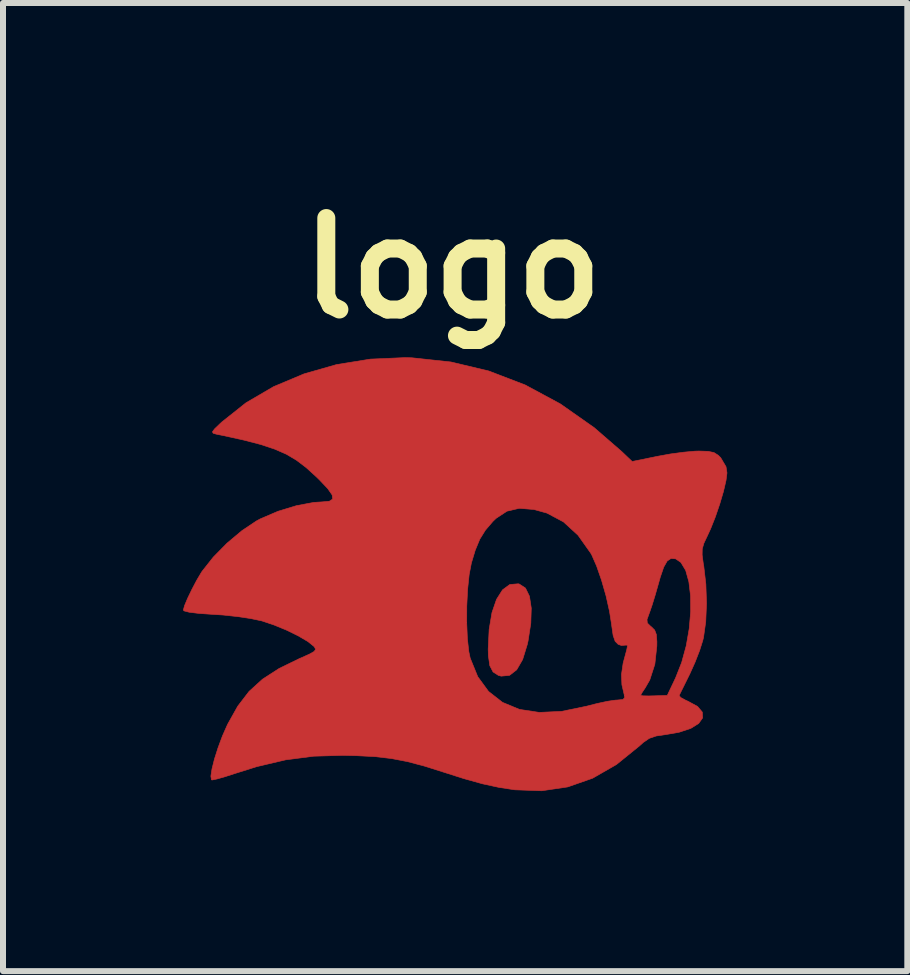
<source format=kicad_pcb>
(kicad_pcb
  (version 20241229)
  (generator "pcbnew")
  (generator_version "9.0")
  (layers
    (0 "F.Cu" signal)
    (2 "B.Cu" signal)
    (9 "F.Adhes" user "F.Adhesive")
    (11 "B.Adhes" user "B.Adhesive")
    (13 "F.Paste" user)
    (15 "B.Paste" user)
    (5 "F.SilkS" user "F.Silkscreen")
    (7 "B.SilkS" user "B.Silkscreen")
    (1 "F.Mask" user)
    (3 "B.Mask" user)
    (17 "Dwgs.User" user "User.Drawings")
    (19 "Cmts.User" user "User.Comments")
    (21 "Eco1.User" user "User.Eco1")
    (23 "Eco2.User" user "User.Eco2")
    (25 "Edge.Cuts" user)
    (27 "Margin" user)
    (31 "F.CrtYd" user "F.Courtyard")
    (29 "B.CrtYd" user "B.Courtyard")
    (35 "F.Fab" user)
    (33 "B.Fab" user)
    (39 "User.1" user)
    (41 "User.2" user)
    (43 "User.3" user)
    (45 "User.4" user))
  (footprint "logo"
    (layer "F.Cu")
    (at 4.492 6.498)
    (property "Reference" "logo" (at 0 -5.08 0) (layer "F.SilkS") (effects (font (size 1.524 1.524) (thickness 0.3))))
    (attr through_hole)
    (fp_poly (pts (xy 1.111 0.184) (xy 1.214 0.251) (xy 1.281 0.388) (xy 1.311 0.586) (xy 1.303 0.838) (xy 1.257 1.135) (xy 1.243 1.196) (xy 1.167 1.442) (xy 1.068 1.613) (xy 0.948 1.706) (xy 0.81 1.719) (xy 0.762 1.706) (xy 0.674 1.649) (xy 0.62 1.545) (xy 0.596 1.379) (xy 0.593 1.268) (xy 0.609 0.939) (xy 0.656 0.66) (xy 0.732 0.439) (xy 0.832 0.281) (xy 0.953 0.192) (xy 1.094 0.18) (xy 1.111 0.184)) (stroke (width 0.01) (type solid)) (fill yes) (layer "F.Cu"))
    (fp_poly (pts (xy -0.677 -3.586) (xy -0.027 -3.516) (xy 0.603 -3.366) (xy 1.21 -3.133) (xy 1.795 -2.818) (xy 2.359 -2.422) (xy 2.819 -2.023) (xy 2.992 -1.858) (xy 3.418 -1.945) (xy 3.633 -1.984) (xy 3.851 -2.013) (xy 4.037 -2.03) (xy 4.104 -2.032) (xy 4.257 -2.027) (xy 4.355 -2.007) (xy 4.427 -1.961) (xy 4.468 -1.92) (xy 4.556 -1.771) (xy 4.572 -1.668) (xy 4.556 -1.542) (xy 4.514 -1.361) (xy 4.452 -1.151) (xy 4.378 -0.934) (xy 4.299 -0.735) (xy 4.243 -0.614) (xy 4.187 -0.495) (xy 4.16 -0.402) (xy 4.158 -0.301) (xy 4.177 -0.159) (xy 4.185 -0.116) (xy 4.22 0.186) (xy 4.231 0.505) (xy 4.218 0.812) (xy 4.181 1.075) (xy 4.169 1.124) (xy 4.117 1.289) (xy 4.04 1.487) (xy 3.954 1.679) (xy 3.947 1.693) (xy 3.873 1.843) (xy 3.814 1.962) (xy 3.779 2.033) (xy 3.775 2.042) (xy 3.801 2.075) (xy 3.884 2.12) (xy 3.924 2.138) (xy 4.082 2.224) (xy 4.161 2.318) (xy 4.166 2.415) (xy 4.1 2.508) (xy 3.968 2.59) (xy 3.774 2.654) (xy 3.557 2.692) (xy 3.393 2.716) (xy 3.278 2.755) (xy 3.177 2.824) (xy 3.113 2.882) (xy 2.73 3.192) (xy 2.333 3.42) (xy 1.918 3.565) (xy 1.485 3.629) (xy 1.037 3.613) (xy 0.774 3.573) (xy 0.498 3.513) (xy 0.186 3.426) (xy -0.137 3.323) (xy -0.469 3.218) (xy -0.753 3.143) (xy -1.018 3.092) (xy -1.293 3.06) (xy -1.606 3.044) (xy -1.83 3.039) (xy -2.315 3.053) (xy -2.784 3.114) (xy -3.264 3.227) (xy -3.639 3.345) (xy -3.8 3.397) (xy -3.928 3.433) (xy -4.005 3.449) (xy -4.018 3.447) (xy -4.028 3.385) (xy -4.009 3.263) (xy -3.968 3.099) (xy -3.908 2.911) (xy -3.836 2.717) (xy -3.755 2.534) (xy -3.748 2.519) (xy -3.58 2.219) (xy -3.392 1.974) (xy -3.168 1.77) (xy -2.891 1.591) (xy -2.546 1.423) (xy -2.531 1.417) (xy -2.386 1.352) (xy -2.308 1.308) (xy -2.283 1.273) (xy -2.3 1.237) (xy -2.311 1.223) (xy -2.412 1.142) (xy -2.572 1.048) (xy -2.768 0.952) (xy -2.977 0.866) (xy -3.084 0.83) (xy 0.235 0.83) (xy 0.246 1.092) (xy 0.27 1.31) (xy 0.293 1.418) (xy 0.419 1.728) (xy 0.599 1.974) (xy 0.832 2.156) (xy 1.114 2.273) (xy 1.443 2.323) (xy 1.816 2.306) (xy 2.222 2.222) (xy 2.408 2.175) (xy 2.58 2.138) (xy 2.709 2.119) (xy 2.744 2.117) (xy 2.838 2.108) (xy 2.868 2.076) (xy 2.862 2.043) (xy 2.862 2.039) (xy 3.133 2.039) (xy 3.171 2.047) (xy 3.269 2.049) (xy 3.355 2.047) (xy 3.577 2.04) (xy 3.716 1.747) (xy 3.817 1.491) (xy 3.893 1.213) (xy 3.943 0.926) (xy 3.967 0.645) (xy 3.965 0.381) (xy 3.937 0.147) (xy 3.884 -0.043) (xy 3.804 -0.176) (xy 3.716 -0.236) (xy 3.639 -0.242) (xy 3.576 -0.2) (xy 3.518 -0.098) (xy 3.46 0.071) (xy 3.429 0.182) (xy 3.377 0.364) (xy 3.325 0.533) (xy 3.282 0.658) (xy 3.275 0.676) (xy 3.239 0.776) (xy 3.245 0.834) (xy 3.298 0.886) (xy 3.311 0.896) (xy 3.367 0.951) (xy 3.395 1.025) (xy 3.404 1.146) (xy 3.403 1.217) (xy 3.37 1.521) (xy 3.285 1.783) (xy 3.211 1.912) (xy 3.157 1.993) (xy 3.133 2.038) (xy 3.133 2.039) (xy 2.862 2.039) (xy 2.821 1.863) (xy 2.814 1.692) (xy 2.842 1.501) (xy 2.903 1.274) (xy 2.916 1.203) (xy 2.886 1.202) (xy 2.886 1.202) (xy 2.813 1.208) (xy 2.759 1.189) (xy 2.709 1.139) (xy 2.675 1.041) (xy 2.651 0.876) (xy 2.651 0.871) (xy 2.615 0.641) (xy 2.557 0.382) (xy 2.482 0.121) (xy 2.4 -0.115) (xy 2.319 -0.3) (xy 2.302 -0.33) (xy 2.09 -0.629) (xy 1.848 -0.851) (xy 1.572 -0.998) (xy 1.356 -1.058) (xy 1.111 -1.078) (xy 0.906 -1.03) (xy 0.725 -0.911) (xy 0.67 -0.858) (xy 0.546 -0.713) (xy 0.453 -0.563) (xy 0.377 -0.379) (xy 0.313 -0.167) (xy 0.276 0.026) (xy 0.25 0.273) (xy 0.236 0.549) (xy 0.235 0.83) (xy -3.084 0.83) (xy -3.177 0.799) (xy -3.194 0.795) (xy -3.365 0.759) (xy -3.588 0.726) (xy -3.83 0.7) (xy -3.99 0.69) (xy -4.225 0.674) (xy -4.389 0.654) (xy -4.474 0.632) (xy -4.487 0.618) (xy -4.467 0.544) (xy -4.415 0.42) (xy -4.343 0.271) (xy -4.263 0.119) (xy -4.185 -0.012) (xy -4.173 -0.03) (xy -3.988 -0.264) (xy -3.759 -0.497) (xy -3.511 -0.705) (xy -3.269 -0.867) (xy -3.206 -0.901) (xy -2.91 -1.028) (xy -2.602 -1.122) (xy -2.314 -1.176) (xy -2.17 -1.185) (xy -2.053 -1.196) (xy -1.999 -1.232) (xy -2.007 -1.3) (xy -2.08 -1.405) (xy -2.219 -1.552) (xy -2.279 -1.61) (xy -2.441 -1.757) (xy -2.6 -1.878) (xy -2.768 -1.978) (xy -2.962 -2.063) (xy -3.193 -2.14) (xy -3.477 -2.214) (xy -3.827 -2.291) (xy -3.936 -2.313) (xy -3.989 -2.328) (xy -4.002 -2.352) (xy -3.967 -2.4) (xy -3.878 -2.486) (xy -3.844 -2.517) (xy -3.443 -2.836) (xy -2.983 -3.105) (xy -2.476 -3.318) (xy -1.934 -3.473) (xy -1.37 -3.564) (xy -0.795 -3.589) (xy -0.677 -3.586)) (stroke (width 0.01) (type solid)) (fill yes) (layer "F.Cu"))
    (fp_poly (pts (xy 1.111 0.184) (xy 1.214 0.251) (xy 1.281 0.388) (xy 1.311 0.586) (xy 1.303 0.838) (xy 1.257 1.135) (xy 1.243 1.196) (xy 1.167 1.442) (xy 1.068 1.613) (xy 0.948 1.706) (xy 0.81 1.719) (xy 0.762 1.706) (xy 0.674 1.649) (xy 0.62 1.545) (xy 0.596 1.379) (xy 0.593 1.268) (xy 0.609 0.939) (xy 0.656 0.66) (xy 0.732 0.439) (xy 0.832 0.281) (xy 0.953 0.192) (xy 1.094 0.18) (xy 1.111 0.184)) (stroke (width 0.01) (type solid)) (fill yes) (layer "F.Mask"))
    (fp_poly (pts (xy -0.677 -3.586) (xy -0.027 -3.516) (xy 0.603 -3.366) (xy 1.21 -3.133) (xy 1.795 -2.818) (xy 2.359 -2.422) (xy 2.819 -2.023) (xy 2.992 -1.858) (xy 3.418 -1.945) (xy 3.633 -1.984) (xy 3.851 -2.013) (xy 4.037 -2.03) (xy 4.104 -2.032) (xy 4.257 -2.027) (xy 4.355 -2.007) (xy 4.427 -1.961) (xy 4.468 -1.92) (xy 4.556 -1.771) (xy 4.572 -1.668) (xy 4.556 -1.542) (xy 4.514 -1.361) (xy 4.452 -1.151) (xy 4.378 -0.934) (xy 4.299 -0.735) (xy 4.243 -0.614) (xy 4.187 -0.495) (xy 4.16 -0.402) (xy 4.158 -0.301) (xy 4.177 -0.159) (xy 4.185 -0.116) (xy 4.22 0.186) (xy 4.231 0.505) (xy 4.218 0.812) (xy 4.181 1.075) (xy 4.169 1.124) (xy 4.117 1.289) (xy 4.04 1.487) (xy 3.954 1.679) (xy 3.947 1.693) (xy 3.873 1.843) (xy 3.814 1.962) (xy 3.779 2.033) (xy 3.775 2.042) (xy 3.801 2.075) (xy 3.884 2.12) (xy 3.924 2.138) (xy 4.082 2.224) (xy 4.161 2.318) (xy 4.166 2.415) (xy 4.1 2.508) (xy 3.968 2.59) (xy 3.774 2.654) (xy 3.557 2.692) (xy 3.393 2.716) (xy 3.278 2.755) (xy 3.177 2.824) (xy 3.113 2.882) (xy 2.73 3.192) (xy 2.333 3.42) (xy 1.918 3.565) (xy 1.485 3.629) (xy 1.037 3.613) (xy 0.774 3.573) (xy 0.498 3.513) (xy 0.186 3.426) (xy -0.137 3.323) (xy -0.469 3.218) (xy -0.753 3.143) (xy -1.018 3.092) (xy -1.293 3.06) (xy -1.606 3.044) (xy -1.83 3.039) (xy -2.315 3.053) (xy -2.784 3.114) (xy -3.264 3.227) (xy -3.639 3.345) (xy -3.8 3.397) (xy -3.928 3.433) (xy -4.005 3.449) (xy -4.018 3.447) (xy -4.028 3.385) (xy -4.009 3.263) (xy -3.968 3.099) (xy -3.908 2.911) (xy -3.836 2.717) (xy -3.755 2.534) (xy -3.748 2.519) (xy -3.58 2.219) (xy -3.392 1.974) (xy -3.168 1.77) (xy -2.891 1.591) (xy -2.546 1.423) (xy -2.531 1.417) (xy -2.386 1.352) (xy -2.308 1.308) (xy -2.283 1.273) (xy -2.3 1.237) (xy -2.311 1.223) (xy -2.412 1.142) (xy -2.572 1.048) (xy -2.768 0.952) (xy -2.977 0.866) (xy -3.084 0.83) (xy 0.235 0.83) (xy 0.246 1.092) (xy 0.27 1.31) (xy 0.293 1.418) (xy 0.419 1.728) (xy 0.599 1.974) (xy 0.832 2.156) (xy 1.114 2.273) (xy 1.443 2.323) (xy 1.816 2.306) (xy 2.222 2.222) (xy 2.408 2.175) (xy 2.58 2.138) (xy 2.709 2.119) (xy 2.744 2.117) (xy 2.838 2.108) (xy 2.868 2.076) (xy 2.862 2.043) (xy 2.862 2.039) (xy 3.133 2.039) (xy 3.171 2.047) (xy 3.269 2.049) (xy 3.355 2.047) (xy 3.577 2.04) (xy 3.716 1.747) (xy 3.817 1.491) (xy 3.893 1.213) (xy 3.943 0.926) (xy 3.967 0.645) (xy 3.965 0.381) (xy 3.937 0.147) (xy 3.884 -0.043) (xy 3.804 -0.176) (xy 3.716 -0.236) (xy 3.639 -0.242) (xy 3.576 -0.2) (xy 3.518 -0.098) (xy 3.46 0.071) (xy 3.429 0.182) (xy 3.377 0.364) (xy 3.325 0.533) (xy 3.282 0.658) (xy 3.275 0.676) (xy 3.239 0.776) (xy 3.245 0.834) (xy 3.298 0.886) (xy 3.311 0.896) (xy 3.367 0.951) (xy 3.395 1.025) (xy 3.404 1.146) (xy 3.403 1.217) (xy 3.37 1.521) (xy 3.285 1.783) (xy 3.211 1.912) (xy 3.157 1.993) (xy 3.133 2.038) (xy 3.133 2.039) (xy 2.862 2.039) (xy 2.821 1.863) (xy 2.814 1.692) (xy 2.842 1.501) (xy 2.903 1.274) (xy 2.916 1.203) (xy 2.886 1.202) (xy 2.886 1.202) (xy 2.813 1.208) (xy 2.759 1.189) (xy 2.709 1.139) (xy 2.675 1.041) (xy 2.651 0.876) (xy 2.651 0.871) (xy 2.615 0.641) (xy 2.557 0.382) (xy 2.482 0.121) (xy 2.4 -0.115) (xy 2.319 -0.3) (xy 2.302 -0.33) (xy 2.09 -0.629) (xy 1.848 -0.851) (xy 1.572 -0.998) (xy 1.356 -1.058) (xy 1.111 -1.078) (xy 0.906 -1.03) (xy 0.725 -0.911) (xy 0.67 -0.858) (xy 0.546 -0.713) (xy 0.453 -0.563) (xy 0.377 -0.379) (xy 0.313 -0.167) (xy 0.276 0.026) (xy 0.25 0.273) (xy 0.236 0.549) (xy 0.235 0.83) (xy -3.084 0.83) (xy -3.177 0.799) (xy -3.194 0.795) (xy -3.365 0.759) (xy -3.588 0.726) (xy -3.83 0.7) (xy -3.99 0.69) (xy -4.225 0.674) (xy -4.389 0.654) (xy -4.474 0.632) (xy -4.487 0.618) (xy -4.467 0.544) (xy -4.415 0.42) (xy -4.343 0.271) (xy -4.263 0.119) (xy -4.185 -0.012) (xy -4.173 -0.03) (xy -3.988 -0.264) (xy -3.759 -0.497) (xy -3.511 -0.705) (xy -3.269 -0.867) (xy -3.206 -0.901) (xy -2.91 -1.028) (xy -2.602 -1.122) (xy -2.314 -1.176) (xy -2.17 -1.185) (xy -2.053 -1.196) (xy -1.999 -1.232) (xy -2.007 -1.3) (xy -2.08 -1.405) (xy -2.219 -1.552) (xy -2.279 -1.61) (xy -2.441 -1.757) (xy -2.6 -1.878) (xy -2.768 -1.978) (xy -2.962 -2.063) (xy -3.193 -2.14) (xy -3.477 -2.214) (xy -3.827 -2.291) (xy -3.936 -2.313) (xy -3.989 -2.328) (xy -4.002 -2.352) (xy -3.967 -2.4) (xy -3.878 -2.486) (xy -3.844 -2.517) (xy -3.443 -2.836) (xy -2.983 -3.105) (xy -2.476 -3.318) (xy -1.934 -3.473) (xy -1.37 -3.564) (xy -0.795 -3.589) (xy -0.677 -3.586)) (stroke (width 0.01) (type solid)) (fill yes) (layer "F.Mask")))
  (gr_rect
    (start -3 -3)
    (end 12.069 13.132)
    (stroke (width 0.1) (type default))
    (fill no)
    (layer "Edge.Cuts")))
</source>
